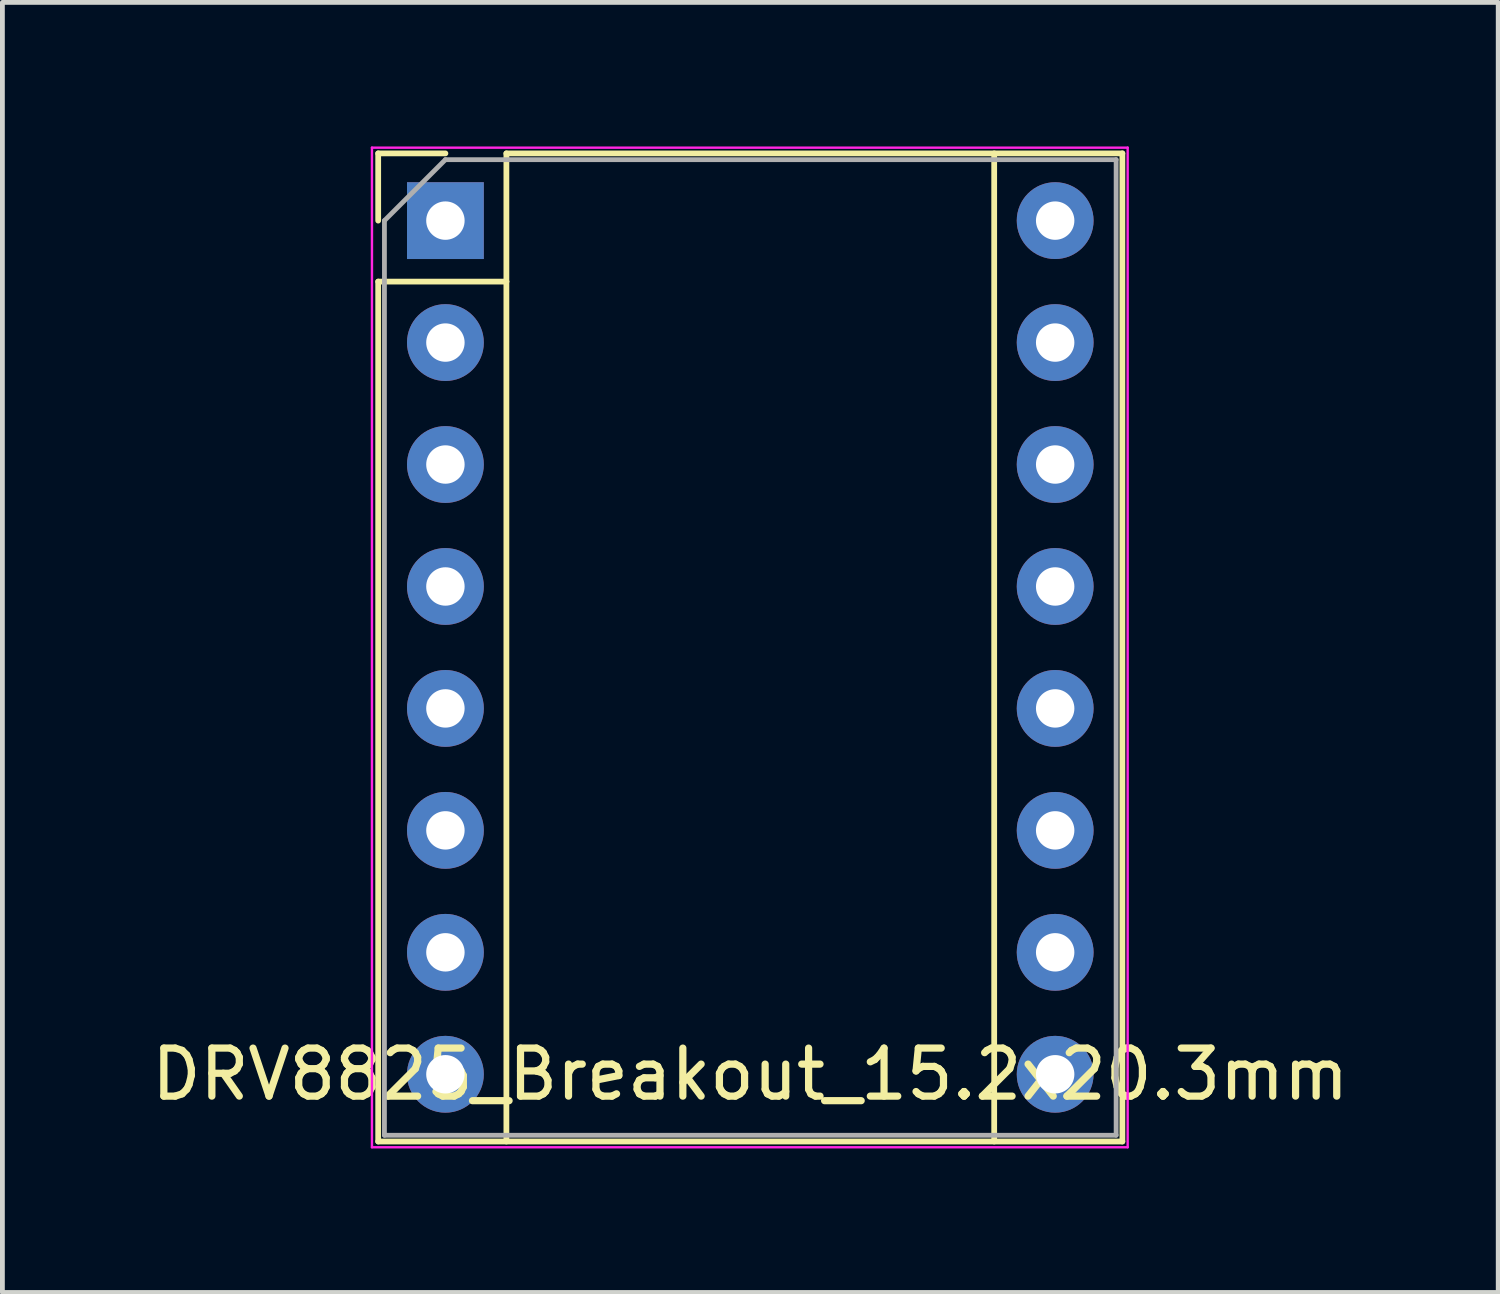
<source format=kicad_pcb>
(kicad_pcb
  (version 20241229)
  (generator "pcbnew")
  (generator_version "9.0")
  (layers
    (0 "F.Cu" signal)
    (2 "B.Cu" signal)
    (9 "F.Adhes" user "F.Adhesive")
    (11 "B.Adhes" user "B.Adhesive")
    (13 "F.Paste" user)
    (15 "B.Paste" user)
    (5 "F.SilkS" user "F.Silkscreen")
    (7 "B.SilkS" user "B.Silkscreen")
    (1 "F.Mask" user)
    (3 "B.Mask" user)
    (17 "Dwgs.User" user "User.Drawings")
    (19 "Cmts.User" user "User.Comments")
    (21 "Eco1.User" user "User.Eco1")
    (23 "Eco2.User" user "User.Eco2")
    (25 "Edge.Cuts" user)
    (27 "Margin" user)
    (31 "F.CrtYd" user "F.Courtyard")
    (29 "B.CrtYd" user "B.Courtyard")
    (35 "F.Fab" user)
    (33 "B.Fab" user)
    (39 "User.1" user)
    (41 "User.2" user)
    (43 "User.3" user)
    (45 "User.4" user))
  (footprint "DRV8825_Breakout_15.2x20.3mm"
    (layer "F.Cu")
    (at 12.577 10.435)
    (property "Reference" "DRV8825_Breakout_15.2x20.3mm" (at 0 8.89 0) (layer "F.SilkS") (effects (font (size 1 1) (thickness 0.15))))
    (attr through_hole)
    (fp_line (start -7.75 -10.29) (end -7.75 -8.89) (stroke (width 0.12) (type solid)) (layer "F.SilkS"))
    (fp_line (start -7.75 -7.62) (end -7.75 10.29) (stroke (width 0.12) (type solid)) (layer "F.SilkS"))
    (fp_line (start -7.75 10.29) (end 7.75 10.29) (stroke (width 0.12) (type solid)) (layer "F.SilkS"))
    (fp_line (start -6.35 -10.29) (end -7.75 -10.29) (stroke (width 0.12) (type solid)) (layer "F.SilkS"))
    (fp_line (start -5.08 -10.29) (end -5.08 -7.62) (stroke (width 0.12) (type solid)) (layer "F.SilkS"))
    (fp_line (start -5.08 -7.62) (end -7.75 -7.62) (stroke (width 0.12) (type solid)) (layer "F.SilkS"))
    (fp_line (start -5.08 -7.62) (end -5.08 10.29) (stroke (width 0.12) (type solid)) (layer "F.SilkS"))
    (fp_line (start 5.08 -10.29) (end 5.08 10.29) (stroke (width 0.12) (type solid)) (layer "F.SilkS"))
    (fp_line (start 7.75 -10.29) (end -5.08 -10.29) (stroke (width 0.12) (type solid)) (layer "F.SilkS"))
    (fp_line (start 7.75 10.29) (end 7.75 -10.29) (stroke (width 0.12) (type solid)) (layer "F.SilkS"))
    (fp_line (start -7.88 -10.41) (end -7.88 10.41) (stroke (width 0.05) (type solid)) (layer "F.CrtYd"))
    (fp_line (start -7.88 -10.41) (end 7.86 -10.41) (stroke (width 0.05) (type solid)) (layer "F.CrtYd"))
    (fp_line (start 7.86 10.41) (end -7.88 10.41) (stroke (width 0.05) (type solid)) (layer "F.CrtYd"))
    (fp_line (start 7.86 10.41) (end 7.86 -10.41) (stroke (width 0.05) (type solid)) (layer "F.CrtYd"))
    (fp_line (start -7.62 -8.89) (end -6.35 -10.16) (stroke (width 0.1) (type solid)) (layer "F.Fab"))
    (fp_line (start -7.62 10.16) (end -7.62 -8.89) (stroke (width 0.1) (type solid)) (layer "F.Fab"))
    (fp_line (start -6.35 -10.16) (end 7.62 -10.16) (stroke (width 0.1) (type solid)) (layer "F.Fab"))
    (fp_line (start 7.62 -10.16) (end 7.62 10.16) (stroke (width 0.1) (type solid)) (layer "F.Fab"))
    (fp_line (start 7.62 10.16) (end -7.62 10.16) (stroke (width 0.1) (type solid)) (layer "F.Fab"))
    (pad "1" thru_hole rect (at -6.35 -8.89) (size 1.6 1.6) (drill 0.8) (layers "*.Cu" "*.Mask"))
    (pad "2" thru_hole oval (at -6.35 -6.35) (size 1.6 1.6) (drill 0.8) (layers "*.Cu" "*.Mask"))
    (pad "3" thru_hole oval (at -6.35 -3.81) (size 1.6 1.6) (drill 0.8) (layers "*.Cu" "*.Mask"))
    (pad "4" thru_hole oval (at -6.35 -1.27) (size 1.6 1.6) (drill 0.8) (layers "*.Cu" "*.Mask"))
    (pad "5" thru_hole oval (at -6.35 1.27) (size 1.6 1.6) (drill 0.8) (layers "*.Cu" "*.Mask"))
    (pad "6" thru_hole oval (at -6.35 3.81) (size 1.6 1.6) (drill 0.8) (layers "*.Cu" "*.Mask"))
    (pad "7" thru_hole oval (at -6.35 6.35) (size 1.6 1.6) (drill 0.8) (layers "*.Cu" "*.Mask"))
    (pad "8" thru_hole oval (at -6.35 8.89) (size 1.6 1.6) (drill 0.8) (layers "*.Cu" "*.Mask"))
    (pad "9" thru_hole oval (at 6.35 8.89) (size 1.6 1.6) (drill 0.8) (layers "*.Cu" "*.Mask"))
    (pad "10" thru_hole oval (at 6.35 6.35) (size 1.6 1.6) (drill 0.8) (layers "*.Cu" "*.Mask"))
    (pad "11" thru_hole oval (at 6.35 3.81) (size 1.6 1.6) (drill 0.8) (layers "*.Cu" "*.Mask"))
    (pad "12" thru_hole oval (at 6.35 1.27) (size 1.6 1.6) (drill 0.8) (layers "*.Cu" "*.Mask"))
    (pad "13" thru_hole oval (at 6.35 -1.27) (size 1.6 1.6) (drill 0.8) (layers "*.Cu" "*.Mask"))
    (pad "14" thru_hole oval (at 6.35 -3.81) (size 1.6 1.6) (drill 0.8) (layers "*.Cu" "*.Mask"))
    (pad "15" thru_hole oval (at 6.35 -6.35) (size 1.6 1.6) (drill 0.8) (layers "*.Cu" "*.Mask"))
    (pad "16" thru_hole oval (at 6.35 -8.89) (size 1.6 1.6) (drill 0.8) (layers "*.Cu" "*.Mask")))
  (gr_rect
    (start -3 -3)
    (end 28.155 23.87)
    (stroke (width 0.1) (type default))
    (fill no)
    (layer "Edge.Cuts")))
</source>
